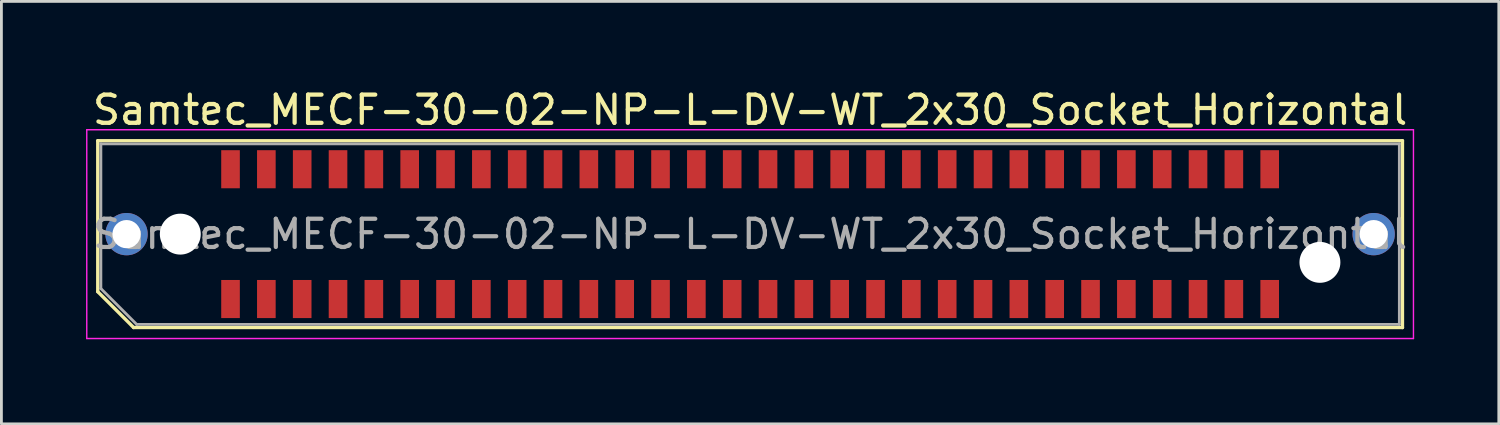
<source format=kicad_pcb>
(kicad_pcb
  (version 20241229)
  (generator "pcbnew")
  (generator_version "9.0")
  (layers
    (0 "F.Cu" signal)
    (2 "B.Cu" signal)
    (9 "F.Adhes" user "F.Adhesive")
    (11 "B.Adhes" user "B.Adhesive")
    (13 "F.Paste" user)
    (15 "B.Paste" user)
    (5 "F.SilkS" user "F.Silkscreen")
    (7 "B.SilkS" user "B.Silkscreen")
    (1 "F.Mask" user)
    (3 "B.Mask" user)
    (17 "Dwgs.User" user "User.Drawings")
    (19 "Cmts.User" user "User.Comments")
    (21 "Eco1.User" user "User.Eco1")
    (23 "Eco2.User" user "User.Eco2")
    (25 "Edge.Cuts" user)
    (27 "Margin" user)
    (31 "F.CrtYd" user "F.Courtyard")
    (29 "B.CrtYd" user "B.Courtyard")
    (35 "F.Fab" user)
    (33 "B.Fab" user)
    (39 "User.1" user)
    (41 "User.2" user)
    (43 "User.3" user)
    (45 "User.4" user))
  (footprint "Samtec_MECF-30-02-NP-L-DV-WT_2x30_Socket_Horizontal"
    (layer "F.Cu")
    (at 23.535 5.248)
    (property "Reference" "Samtec_MECF-30-02-NP-L-DV-WT_2x30_Socket_Horizontal" (at 0 -4.4 0) (layer "F.SilkS") (effects (font (size 1 1) (thickness 0.15))))
    (attr smd)
    (fp_line (start -23.12 -3.31) (end 23.12 -3.31) (stroke (width 0.12) (type solid)) (layer "F.SilkS"))
    (fp_line (start -23.12 2.04) (end -23.12 -3.31) (stroke (width 0.12) (type solid)) (layer "F.SilkS"))
    (fp_line (start -21.85 3.31) (end -23.12 2.04) (stroke (width 0.12) (type solid)) (layer "F.SilkS"))
    (fp_line (start -21.85 3.31) (end 23.12 3.31) (stroke (width 0.12) (type solid)) (layer "F.SilkS"))
    (fp_line (start 23.12 3.31) (end 23.12 -3.31) (stroke (width 0.12) (type solid)) (layer "F.SilkS"))
    (fp_line (start -23.51 -3.7) (end -23.51 3.7) (stroke (width 0.05) (type solid)) (layer "F.CrtYd"))
    (fp_line (start -23.51 3.7) (end 23.51 3.7) (stroke (width 0.05) (type solid)) (layer "F.CrtYd"))
    (fp_line (start 23.51 -3.7) (end -23.51 -3.7) (stroke (width 0.05) (type solid)) (layer "F.CrtYd"))
    (fp_line (start 23.51 3.7) (end 23.51 -3.7) (stroke (width 0.05) (type solid)) (layer "F.CrtYd"))
    (fp_line (start -23.01 -3.2) (end 23.01 -3.2) (stroke (width 0.1) (type solid)) (layer "F.Fab"))
    (fp_line (start -23.01 1.93) (end -23.01 -3.2) (stroke (width 0.1) (type solid)) (layer "F.Fab"))
    (fp_line (start -23.01 1.93) (end -21.74 3.2) (stroke (width 0.1) (type solid)) (layer "F.Fab"))
    (fp_line (start -21.74 3.2) (end 23.01 3.2) (stroke (width 0.1) (type solid)) (layer "F.Fab"))
    (fp_line (start 23.01 3.2) (end 23.01 -3.2) (stroke (width 0.1) (type solid)) (layer "F.Fab"))
    (fp_text user "${REFERENCE}" (at 0 0 0) (layer "F.Fab") (effects (font (size 1 1) (thickness 0.15))))
    (pad "" thru_hole circle (at -22.1 0) (size 1.5 1.5) (drill 1) (layers "*.Cu" "*.Mask"))
    (pad "" np_thru_hole circle (at -20.195 0) (size 1.45 1.45) (drill 1.45) (layers "*.Cu" "*.Mask"))
    (pad "" np_thru_hole circle (at 20.195 1) (size 1.45 1.45) (drill 1.45) (layers "*.Cu" "*.Mask"))
    (pad "" thru_hole circle (at 22.1 0) (size 1.5 1.5) (drill 1) (layers "*.Cu" "*.Mask"))
    (pad "1" smd rect (at -18.415 2.3) (size 0.66 1.35) (layers "F.Cu" "F.Mask" "F.Paste"))
    (pad "2" smd rect (at -18.415 -2.3) (size 0.66 1.35) (layers "F.Cu" "F.Mask" "F.Paste"))
    (pad "3" smd rect (at -17.145 2.3) (size 0.66 1.35) (layers "F.Cu" "F.Mask" "F.Paste"))
    (pad "4" smd rect (at -17.145 -2.3) (size 0.66 1.35) (layers "F.Cu" "F.Mask" "F.Paste"))
    (pad "5" smd rect (at -15.875 2.3) (size 0.66 1.35) (layers "F.Cu" "F.Mask" "F.Paste"))
    (pad "6" smd rect (at -15.875 -2.3) (size 0.66 1.35) (layers "F.Cu" "F.Mask" "F.Paste"))
    (pad "7" smd rect (at -14.605 2.3) (size 0.66 1.35) (layers "F.Cu" "F.Mask" "F.Paste"))
    (pad "8" smd rect (at -14.605 -2.3) (size 0.66 1.35) (layers "F.Cu" "F.Mask" "F.Paste"))
    (pad "9" smd rect (at -13.335 2.3) (size 0.66 1.35) (layers "F.Cu" "F.Mask" "F.Paste"))
    (pad "10" smd rect (at -13.335 -2.3) (size 0.66 1.35) (layers "F.Cu" "F.Mask" "F.Paste"))
    (pad "11" smd rect (at -12.065 2.3) (size 0.66 1.35) (layers "F.Cu" "F.Mask" "F.Paste"))
    (pad "12" smd rect (at -12.065 -2.3) (size 0.66 1.35) (layers "F.Cu" "F.Mask" "F.Paste"))
    (pad "13" smd rect (at -10.795 2.3) (size 0.66 1.35) (layers "F.Cu" "F.Mask" "F.Paste"))
    (pad "14" smd rect (at -10.795 -2.3) (size 0.66 1.35) (layers "F.Cu" "F.Mask" "F.Paste"))
    (pad "15" smd rect (at -9.525 2.3) (size 0.66 1.35) (layers "F.Cu" "F.Mask" "F.Paste"))
    (pad "16" smd rect (at -9.525 -2.3) (size 0.66 1.35) (layers "F.Cu" "F.Mask" "F.Paste"))
    (pad "17" smd rect (at -8.255 2.3) (size 0.66 1.35) (layers "F.Cu" "F.Mask" "F.Paste"))
    (pad "18" smd rect (at -8.255 -2.3) (size 0.66 1.35) (layers "F.Cu" "F.Mask" "F.Paste"))
    (pad "19" smd rect (at -6.985 2.3) (size 0.66 1.35) (layers "F.Cu" "F.Mask" "F.Paste"))
    (pad "20" smd rect (at -6.985 -2.3) (size 0.66 1.35) (layers "F.Cu" "F.Mask" "F.Paste"))
    (pad "21" smd rect (at -5.715 2.3) (size 0.66 1.35) (layers "F.Cu" "F.Mask" "F.Paste"))
    (pad "22" smd rect (at -5.715 -2.3) (size 0.66 1.35) (layers "F.Cu" "F.Mask" "F.Paste"))
    (pad "23" smd rect (at -4.445 2.3) (size 0.66 1.35) (layers "F.Cu" "F.Mask" "F.Paste"))
    (pad "24" smd rect (at -4.445 -2.3) (size 0.66 1.35) (layers "F.Cu" "F.Mask" "F.Paste"))
    (pad "25" smd rect (at -3.175 2.3) (size 0.66 1.35) (layers "F.Cu" "F.Mask" "F.Paste"))
    (pad "26" smd rect (at -3.175 -2.3) (size 0.66 1.35) (layers "F.Cu" "F.Mask" "F.Paste"))
    (pad "27" smd rect (at -1.905 2.3) (size 0.66 1.35) (layers "F.Cu" "F.Mask" "F.Paste"))
    (pad "28" smd rect (at -1.905 -2.3) (size 0.66 1.35) (layers "F.Cu" "F.Mask" "F.Paste"))
    (pad "29" smd rect (at -0.635 2.3) (size 0.66 1.35) (layers "F.Cu" "F.Mask" "F.Paste"))
    (pad "30" smd rect (at -0.635 -2.3) (size 0.66 1.35) (layers "F.Cu" "F.Mask" "F.Paste"))
    (pad "31" smd rect (at 0.635 2.3) (size 0.66 1.35) (layers "F.Cu" "F.Mask" "F.Paste"))
    (pad "32" smd rect (at 0.635 -2.3) (size 0.66 1.35) (layers "F.Cu" "F.Mask" "F.Paste"))
    (pad "33" smd rect (at 1.905 2.3) (size 0.66 1.35) (layers "F.Cu" "F.Mask" "F.Paste"))
    (pad "34" smd rect (at 1.905 -2.3) (size 0.66 1.35) (layers "F.Cu" "F.Mask" "F.Paste"))
    (pad "35" smd rect (at 3.175 2.3) (size 0.66 1.35) (layers "F.Cu" "F.Mask" "F.Paste"))
    (pad "36" smd rect (at 3.175 -2.3) (size 0.66 1.35) (layers "F.Cu" "F.Mask" "F.Paste"))
    (pad "37" smd rect (at 4.445 2.3) (size 0.66 1.35) (layers "F.Cu" "F.Mask" "F.Paste"))
    (pad "38" smd rect (at 4.445 -2.3) (size 0.66 1.35) (layers "F.Cu" "F.Mask" "F.Paste"))
    (pad "39" smd rect (at 5.715 2.3) (size 0.66 1.35) (layers "F.Cu" "F.Mask" "F.Paste"))
    (pad "40" smd rect (at 5.715 -2.3) (size 0.66 1.35) (layers "F.Cu" "F.Mask" "F.Paste"))
    (pad "41" smd rect (at 6.985 2.3) (size 0.66 1.35) (layers "F.Cu" "F.Mask" "F.Paste"))
    (pad "42" smd rect (at 6.985 -2.3) (size 0.66 1.35) (layers "F.Cu" "F.Mask" "F.Paste"))
    (pad "43" smd rect (at 8.255 2.3) (size 0.66 1.35) (layers "F.Cu" "F.Mask" "F.Paste"))
    (pad "44" smd rect (at 8.255 -2.3) (size 0.66 1.35) (layers "F.Cu" "F.Mask" "F.Paste"))
    (pad "45" smd rect (at 9.525 2.3) (size 0.66 1.35) (layers "F.Cu" "F.Mask" "F.Paste"))
    (pad "46" smd rect (at 9.525 -2.3) (size 0.66 1.35) (layers "F.Cu" "F.Mask" "F.Paste"))
    (pad "47" smd rect (at 10.795 2.3) (size 0.66 1.35) (layers "F.Cu" "F.Mask" "F.Paste"))
    (pad "48" smd rect (at 10.795 -2.3) (size 0.66 1.35) (layers "F.Cu" "F.Mask" "F.Paste"))
    (pad "49" smd rect (at 12.065 2.3) (size 0.66 1.35) (layers "F.Cu" "F.Mask" "F.Paste"))
    (pad "50" smd rect (at 12.065 -2.3) (size 0.66 1.35) (layers "F.Cu" "F.Mask" "F.Paste"))
    (pad "51" smd rect (at 13.335 2.3) (size 0.66 1.35) (layers "F.Cu" "F.Mask" "F.Paste"))
    (pad "52" smd rect (at 13.335 -2.3) (size 0.66 1.35) (layers "F.Cu" "F.Mask" "F.Paste"))
    (pad "53" smd rect (at 14.605 2.3) (size 0.66 1.35) (layers "F.Cu" "F.Mask" "F.Paste"))
    (pad "54" smd rect (at 14.605 -2.3) (size 0.66 1.35) (layers "F.Cu" "F.Mask" "F.Paste"))
    (pad "55" smd rect (at 15.875 2.3) (size 0.66 1.35) (layers "F.Cu" "F.Mask" "F.Paste"))
    (pad "56" smd rect (at 15.875 -2.3) (size 0.66 1.35) (layers "F.Cu" "F.Mask" "F.Paste"))
    (pad "57" smd rect (at 17.145 2.3) (size 0.66 1.35) (layers "F.Cu" "F.Mask" "F.Paste"))
    (pad "58" smd rect (at 17.145 -2.3) (size 0.66 1.35) (layers "F.Cu" "F.Mask" "F.Paste"))
    (pad "59" smd rect (at 18.415 2.3) (size 0.66 1.35) (layers "F.Cu" "F.Mask" "F.Paste"))
    (pad "60" smd rect (at 18.415 -2.3) (size 0.66 1.35) (layers "F.Cu" "F.Mask" "F.Paste")))
  (gr_rect
    (start -3 -3)
    (end 50.07 11.973)
    (stroke (width 0.1) (type default))
    (fill no)
    (layer "Edge.Cuts")))
</source>
